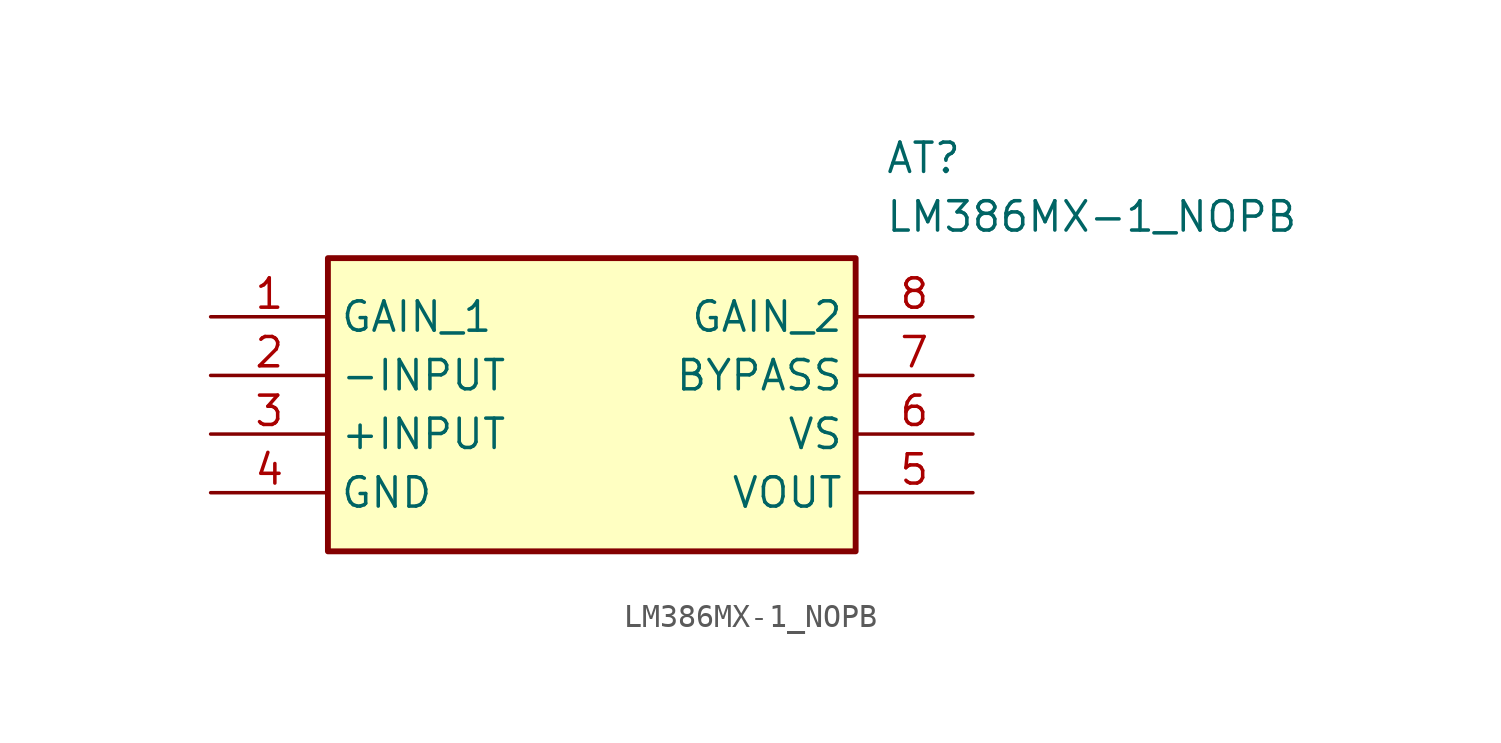
<source format=kicad_sym>
(kicad_symbol_lib
  (version 20211014)
  (generator SamacSys_ECAD_Model)
  (symbol "LM386MX-1_NOPB"
    (property "Reference" "AT"
      (at 29.21 7.62 0)
      (effects (font (size 1.27 1.27)) (justify left top)))
    (property "Value" "LM386MX-1_NOPB"
      (at 29.21 5.08 0)
      (effects (font (size 1.27 1.27)) (justify left top)))
    (rectangle
      (start 5.08 2.54)
      (end 27.94 -10.16)
      (stroke (width 0.254) (type default))
      (fill (type background)))
    (pin passive line
      (at 0 0 0)
      (length 5.08)
      (name "GAIN_1" (effects (font (size 1.27 1.27))))
      (number "1" (effects (font (size 1.27 1.27)))))
    (pin input line
      (at 0 -2.54 0)
      (length 5.08)
      (name "-INPUT" (effects (font (size 1.27 1.27))))
      (number "2" (effects (font (size 1.27 1.27)))))
    (pin input line
      (at 0 -5.08 0)
      (length 5.08)
      (name "+INPUT" (effects (font (size 1.27 1.27))))
      (number "3" (effects (font (size 1.27 1.27)))))
    (pin power_in line
      (at 0 -7.62 0)
      (length 5.08)
      (name "GND" (effects (font (size 1.27 1.27))))
      (number "4" (effects (font (size 1.27 1.27)))))
    (pin passive line
      (at 33.02 0 180)
      (length 5.08)
      (name "GAIN_2" (effects (font (size 1.27 1.27))))
      (number "8" (effects (font (size 1.27 1.27)))))
    (pin passive line
      (at 33.02 -2.54 180)
      (length 5.08)
      (name "BYPASS" (effects (font (size 1.27 1.27))))
      (number "7" (effects (font (size 1.27 1.27)))))
    (pin power_in line
      (at 33.02 -5.08 180)
      (length 5.08)
      (name "VS" (effects (font (size 1.27 1.27))))
      (number "6" (effects (font (size 1.27 1.27)))))
    (pin output line
      (at 33.02 -7.62 180)
      (length 5.08)
      (name "VOUT" (effects (font (size 1.27 1.27))))
      (number "5" (effects (font (size 1.27 1.27)))))))
</source>
